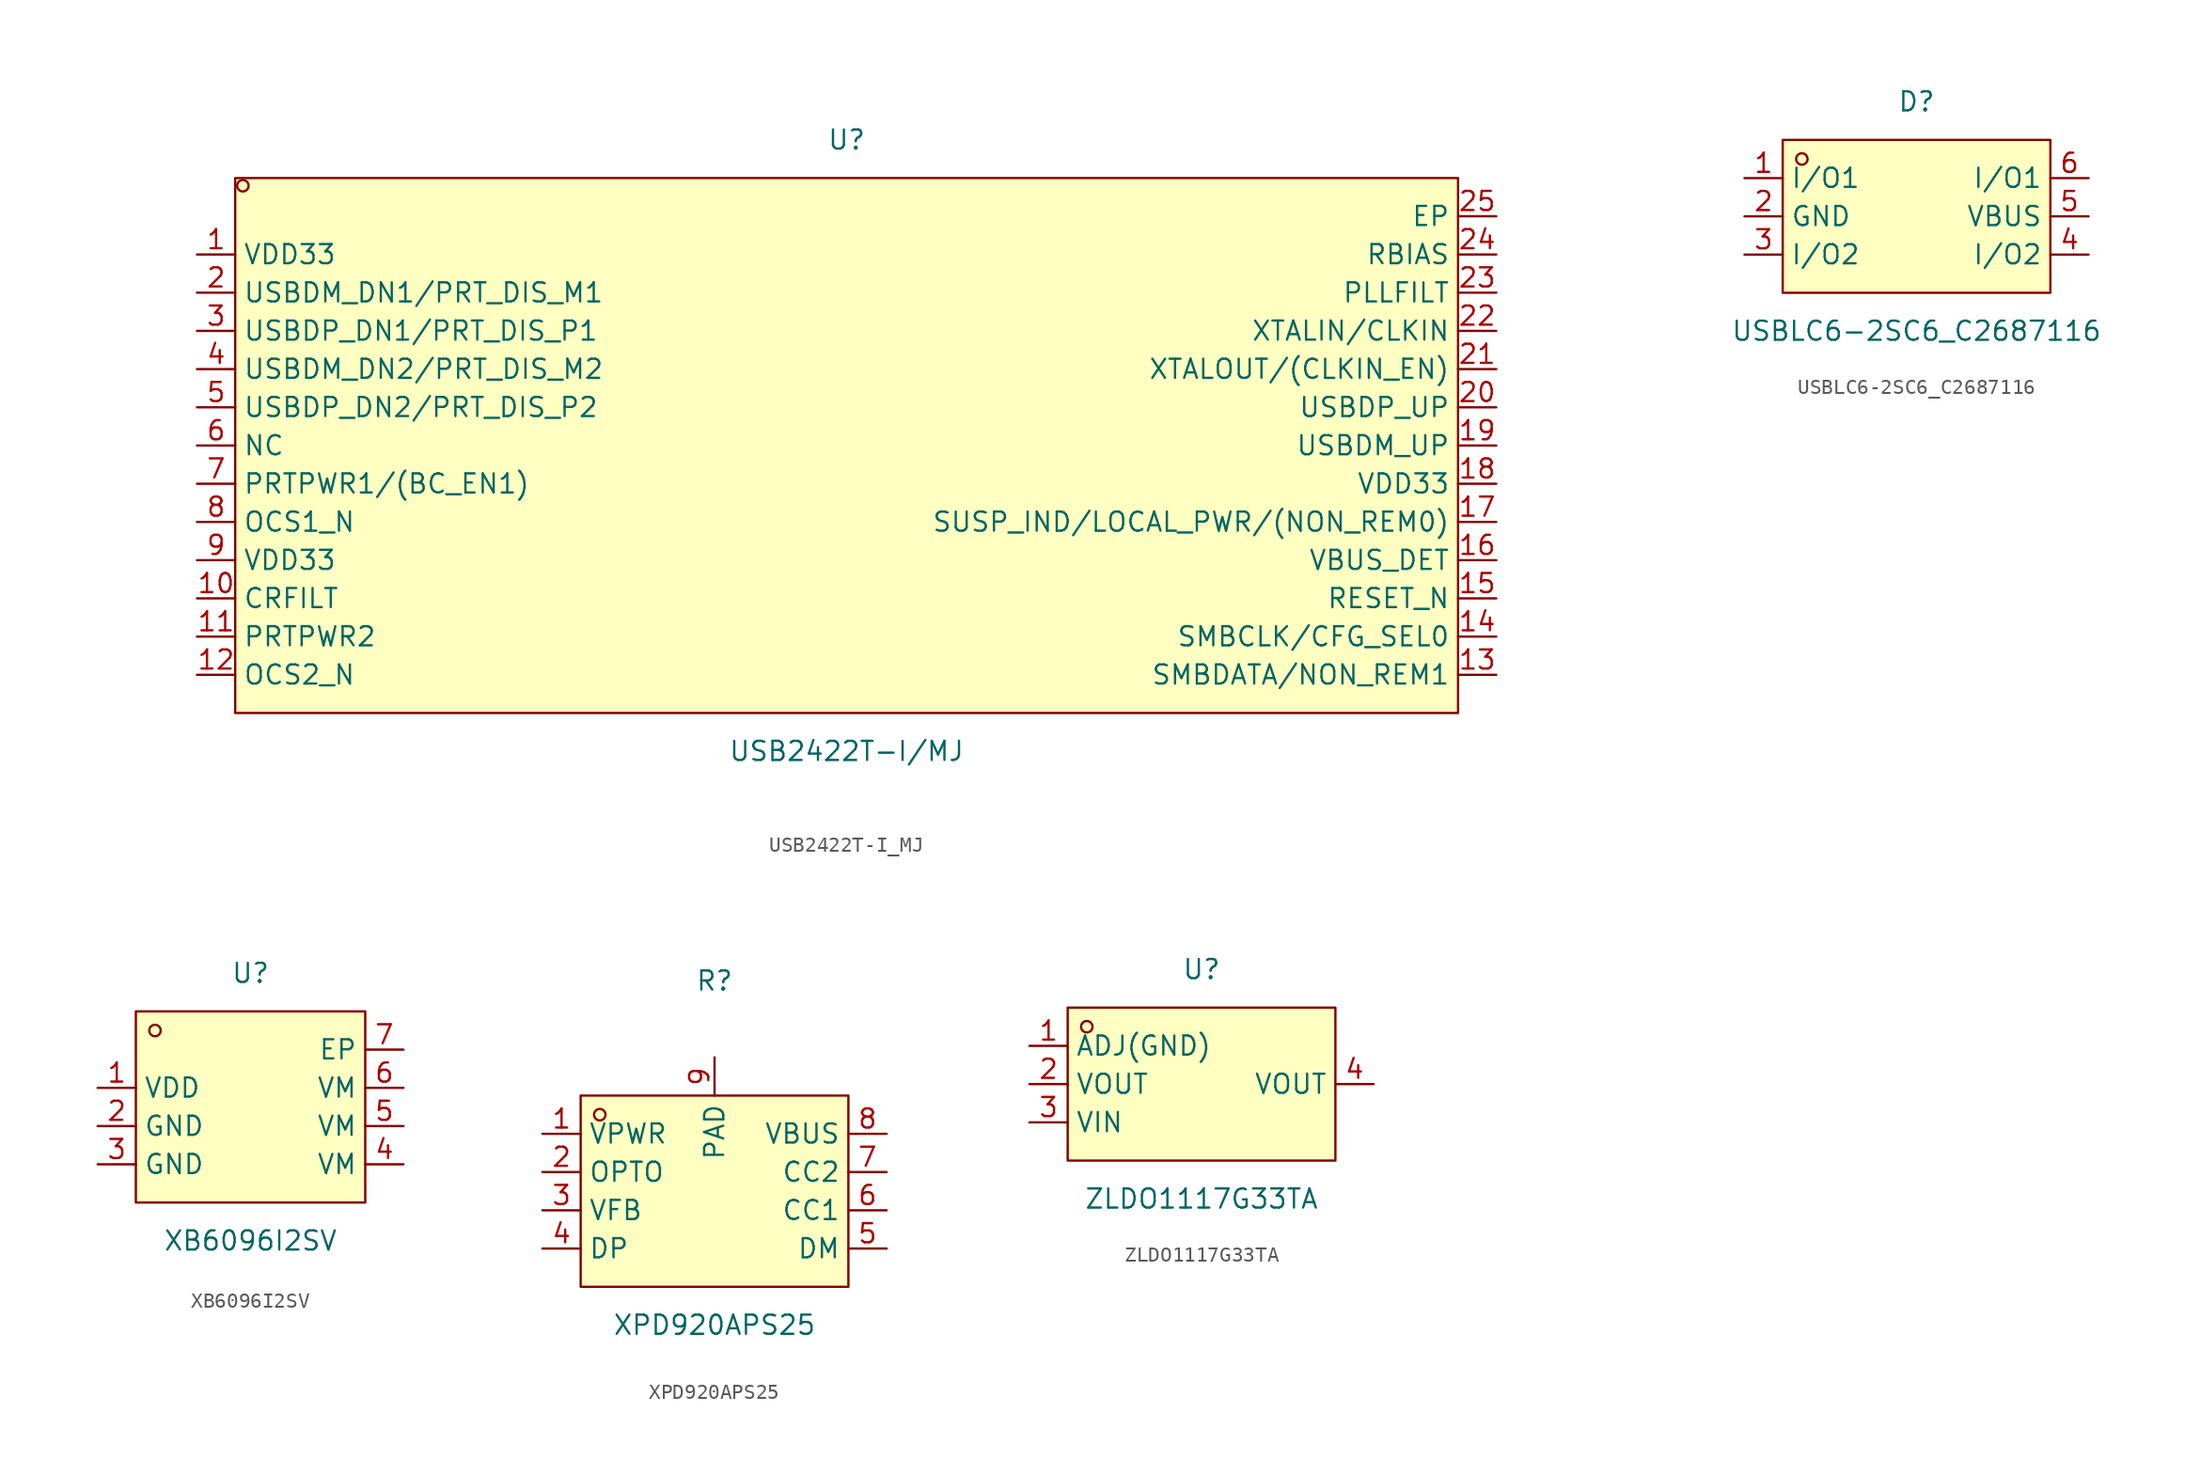
<source format=kicad_sym>
(kicad_symbol_lib
  (version 20220914)
  (generator https://github.com/uPesy/easyeda2kicad.py)
  (symbol "USB2422T-I_MJ"
    (property "Reference" "U"
      (at 0 20.32 0)
      (effects (font (size 1.27 1.27))))
    (property "Value" "USB2422T-I/MJ"
      (at 0 -20.32 0)
      (effects (font (size 1.27 1.27))))
    (symbol "USB2422T-I_MJ_0_1"
      (rectangle (start -40.64 17.78) (end 40.64 -17.78) (stroke (width 0) (type default)) (fill (type background)))
      (circle (center -40.13 17.27) (radius 0.38) (stroke (width 0) (type default)) (fill (type none)))
      (pin unspecified line (at -43.18 12.7 0) (length 2.54) (name "VDD33" (effects (font (size 1.27 1.27)))) (number "1" (effects (font (size 1.27 1.27)))))
      (pin unspecified line (at -43.18 -10.16 0) (length 2.54) (name "CRFILT" (effects (font (size 1.27 1.27)))) (number "10" (effects (font (size 1.27 1.27)))))
      (pin unspecified line (at -43.18 -12.7 0) (length 2.54) (name "PRTPWR2" (effects (font (size 1.27 1.27)))) (number "11" (effects (font (size 1.27 1.27)))))
      (pin unspecified line (at -43.18 -15.24 0) (length 2.54) (name "OCS2_N" (effects (font (size 1.27 1.27)))) (number "12" (effects (font (size 1.27 1.27)))))
      (pin unspecified line (at 43.18 -15.24 180) (length 2.54) (name "SMBDATA/NON_REM1" (effects (font (size 1.27 1.27)))) (number "13" (effects (font (size 1.27 1.27)))))
      (pin unspecified line (at 43.18 -12.7 180) (length 2.54) (name "SMBCLK/CFG_SEL0" (effects (font (size 1.27 1.27)))) (number "14" (effects (font (size 1.27 1.27)))))
      (pin unspecified line (at 43.18 -10.16 180) (length 2.54) (name "RESET_N" (effects (font (size 1.27 1.27)))) (number "15" (effects (font (size 1.27 1.27)))))
      (pin unspecified line (at 43.18 -7.62 180) (length 2.54) (name "VBUS_DET" (effects (font (size 1.27 1.27)))) (number "16" (effects (font (size 1.27 1.27)))))
      (pin unspecified line (at 43.18 -5.08 180) (length 2.54) (name "SUSP_IND/LOCAL_PWR/(NON_REM0)" (effects (font (size 1.27 1.27)))) (number "17" (effects (font (size 1.27 1.27)))))
      (pin unspecified line (at 43.18 -2.54 180) (length 2.54) (name "VDD33" (effects (font (size 1.27 1.27)))) (number "18" (effects (font (size 1.27 1.27)))))
      (pin unspecified line (at 43.18 0 180) (length 2.54) (name "USBDM_UP" (effects (font (size 1.27 1.27)))) (number "19" (effects (font (size 1.27 1.27)))))
      (pin unspecified line (at -43.18 10.16 0) (length 2.54) (name "USBDM_DN1/PRT_DIS_M1" (effects (font (size 1.27 1.27)))) (number "2" (effects (font (size 1.27 1.27)))))
      (pin unspecified line (at 43.18 2.54 180) (length 2.54) (name "USBDP_UP" (effects (font (size 1.27 1.27)))) (number "20" (effects (font (size 1.27 1.27)))))
      (pin unspecified line (at 43.18 5.08 180) (length 2.54) (name "XTALOUT/(CLKIN_EN)" (effects (font (size 1.27 1.27)))) (number "21" (effects (font (size 1.27 1.27)))))
      (pin unspecified line (at 43.18 7.62 180) (length 2.54) (name "XTALIN/CLKIN" (effects (font (size 1.27 1.27)))) (number "22" (effects (font (size 1.27 1.27)))))
      (pin unspecified line (at 43.18 10.16 180) (length 2.54) (name "PLLFILT" (effects (font (size 1.27 1.27)))) (number "23" (effects (font (size 1.27 1.27)))))
      (pin unspecified line (at 43.18 12.7 180) (length 2.54) (name "RBIAS" (effects (font (size 1.27 1.27)))) (number "24" (effects (font (size 1.27 1.27)))))
      (pin unspecified line (at 43.18 15.24 180) (length 2.54) (name "EP" (effects (font (size 1.27 1.27)))) (number "25" (effects (font (size 1.27 1.27)))))
      (pin unspecified line (at -43.18 7.62 0) (length 2.54) (name "USBDP_DN1/PRT_DIS_P1" (effects (font (size 1.27 1.27)))) (number "3" (effects (font (size 1.27 1.27)))))
      (pin unspecified line (at -43.18 5.08 0) (length 2.54) (name "USBDM_DN2/PRT_DIS_M2" (effects (font (size 1.27 1.27)))) (number "4" (effects (font (size 1.27 1.27)))))
      (pin unspecified line (at -43.18 2.54 0) (length 2.54) (name "USBDP_DN2/PRT_DIS_P2" (effects (font (size 1.27 1.27)))) (number "5" (effects (font (size 1.27 1.27)))))
      (pin unspecified line (at -43.18 0 0) (length 2.54) (name "NC" (effects (font (size 1.27 1.27)))) (number "6" (effects (font (size 1.27 1.27)))))
      (pin unspecified line (at -43.18 -2.54 0) (length 2.54) (name "PRTPWR1/(BC_EN1)" (effects (font (size 1.27 1.27)))) (number "7" (effects (font (size 1.27 1.27)))))
      (pin unspecified line (at -43.18 -5.08 0) (length 2.54) (name "OCS1_N" (effects (font (size 1.27 1.27)))) (number "8" (effects (font (size 1.27 1.27)))))
      (pin unspecified line (at -43.18 -7.62 0) (length 2.54) (name "VDD33" (effects (font (size 1.27 1.27)))) (number "9" (effects (font (size 1.27 1.27)))))))
  (symbol "USBLC6-2SC6_C2687116"
    (property "Reference" "D"
      (at 0 7.62 0)
      (effects (font (size 1.27 1.27))))
    (property "Value" "USBLC6-2SC6_C2687116"
      (at 0 -7.62 0)
      (effects (font (size 1.27 1.27))))
    (symbol "USBLC6-2SC6_C2687116_0_1"
      (rectangle (start -8.89 5.08) (end 8.89 -5.08) (stroke (width 0) (type default)) (fill (type background)))
      (circle (center -7.62 3.81) (radius 0.38) (stroke (width 0) (type default)) (fill (type none)))
      (pin unspecified line (at -11.43 2.54 0) (length 2.54) (name "I/O1" (effects (font (size 1.27 1.27)))) (number "1" (effects (font (size 1.27 1.27)))))
      (pin unspecified line (at -11.43 0 0) (length 2.54) (name "GND" (effects (font (size 1.27 1.27)))) (number "2" (effects (font (size 1.27 1.27)))))
      (pin unspecified line (at -11.43 -2.54 0) (length 2.54) (name "I/O2" (effects (font (size 1.27 1.27)))) (number "3" (effects (font (size 1.27 1.27)))))
      (pin unspecified line (at 11.43 -2.54 180) (length 2.54) (name "I/O2" (effects (font (size 1.27 1.27)))) (number "4" (effects (font (size 1.27 1.27)))))
      (pin unspecified line (at 11.43 0 180) (length 2.54) (name "VBUS" (effects (font (size 1.27 1.27)))) (number "5" (effects (font (size 1.27 1.27)))))
      (pin unspecified line (at 11.43 2.54 180) (length 2.54) (name "I/O1" (effects (font (size 1.27 1.27)))) (number "6" (effects (font (size 1.27 1.27)))))))
  (symbol "XB6096I2SV"
    (property "Reference" "U"
      (at 0 10.16 0)
      (effects (font (size 1.27 1.27))))
    (property "Value" "XB6096I2SV"
      (at 0 -7.62 0)
      (effects (font (size 1.27 1.27))))
    (symbol "XB6096I2SV_0_1"
      (rectangle (start -7.62 7.62) (end 7.62 -5.08) (stroke (width 0) (type default)) (fill (type background)))
      (circle (center -6.35 6.35) (radius 0.38) (stroke (width 0) (type default)) (fill (type none)))
      (pin unspecified line (at -10.16 2.54 0) (length 2.54) (name "VDD" (effects (font (size 1.27 1.27)))) (number "1" (effects (font (size 1.27 1.27)))))
      (pin unspecified line (at -10.16 0 0) (length 2.54) (name "GND" (effects (font (size 1.27 1.27)))) (number "2" (effects (font (size 1.27 1.27)))))
      (pin unspecified line (at -10.16 -2.54 0) (length 2.54) (name "GND" (effects (font (size 1.27 1.27)))) (number "3" (effects (font (size 1.27 1.27)))))
      (pin unspecified line (at 10.16 -2.54 180) (length 2.54) (name "VM" (effects (font (size 1.27 1.27)))) (number "4" (effects (font (size 1.27 1.27)))))
      (pin unspecified line (at 10.16 0 180) (length 2.54) (name "VM" (effects (font (size 1.27 1.27)))) (number "5" (effects (font (size 1.27 1.27)))))
      (pin unspecified line (at 10.16 2.54 180) (length 2.54) (name "VM" (effects (font (size 1.27 1.27)))) (number "6" (effects (font (size 1.27 1.27)))))
      (pin unspecified line (at 10.16 5.08 180) (length 2.54) (name "EP" (effects (font (size 1.27 1.27)))) (number "7" (effects (font (size 1.27 1.27)))))))
  (symbol "XPD920APS25"
    (property "Reference" "R"
      (at 0 13.97 0)
      (effects (font (size 1.27 1.27))))
    (property "Value" "XPD920APS25"
      (at 0 -8.89 0)
      (effects (font (size 1.27 1.27))))
    (symbol "XPD920APS25_0_1"
      (rectangle (start -8.89 6.35) (end 8.89 -6.35) (stroke (width 0) (type default)) (fill (type background)))
      (circle (center -7.62 5.08) (radius 0.38) (stroke (width 0) (type default)) (fill (type none)))
      (pin unspecified line (at -11.43 3.81 0) (length 2.54) (name "VPWR" (effects (font (size 1.27 1.27)))) (number "1" (effects (font (size 1.27 1.27)))))
      (pin unspecified line (at -11.43 1.27 0) (length 2.54) (name "OPTO" (effects (font (size 1.27 1.27)))) (number "2" (effects (font (size 1.27 1.27)))))
      (pin unspecified line (at -11.43 -1.27 0) (length 2.54) (name "VFB" (effects (font (size 1.27 1.27)))) (number "3" (effects (font (size 1.27 1.27)))))
      (pin unspecified line (at -11.43 -3.81 0) (length 2.54) (name "DP" (effects (font (size 1.27 1.27)))) (number "4" (effects (font (size 1.27 1.27)))))
      (pin unspecified line (at 11.43 -3.81 180) (length 2.54) (name "DM" (effects (font (size 1.27 1.27)))) (number "5" (effects (font (size 1.27 1.27)))))
      (pin unspecified line (at 11.43 -1.27 180) (length 2.54) (name "CC1" (effects (font (size 1.27 1.27)))) (number "6" (effects (font (size 1.27 1.27)))))
      (pin unspecified line (at 11.43 1.27 180) (length 2.54) (name "CC2" (effects (font (size 1.27 1.27)))) (number "7" (effects (font (size 1.27 1.27)))))
      (pin unspecified line (at 11.43 3.81 180) (length 2.54) (name "VBUS" (effects (font (size 1.27 1.27)))) (number "8" (effects (font (size 1.27 1.27)))))
      (pin unspecified line (at 0 8.89 270) (length 2.54) (name "PAD" (effects (font (size 1.27 1.27)))) (number "9" (effects (font (size 1.27 1.27)))))))
  (symbol "ZLDO1117G33TA"
    (property "Reference" "U"
      (at 0 7.62 0)
      (effects (font (size 1.27 1.27))))
    (property "Value" "ZLDO1117G33TA"
      (at 0 -7.62 0)
      (effects (font (size 1.27 1.27))))
    (symbol "ZLDO1117G33TA_0_1"
      (rectangle (start -8.89 5.08) (end 8.89 -5.08) (stroke (width 0) (type default)) (fill (type background)))
      (circle (center -7.62 3.81) (radius 0.38) (stroke (width 0) (type default)) (fill (type none)))
      (pin unspecified line (at -11.43 2.54 0) (length 2.54) (name "ADJ(GND)" (effects (font (size 1.27 1.27)))) (number "1" (effects (font (size 1.27 1.27)))))
      (pin unspecified line (at -11.43 0 0) (length 2.54) (name "VOUT" (effects (font (size 1.27 1.27)))) (number "2" (effects (font (size 1.27 1.27)))))
      (pin unspecified line (at -11.43 -2.54 0) (length 2.54) (name "VIN" (effects (font (size 1.27 1.27)))) (number "3" (effects (font (size 1.27 1.27)))))
      (pin unspecified line (at 11.43 0 180) (length 2.54) (name "VOUT" (effects (font (size 1.27 1.27)))) (number "4" (effects (font (size 1.27 1.27))))))))
</source>
